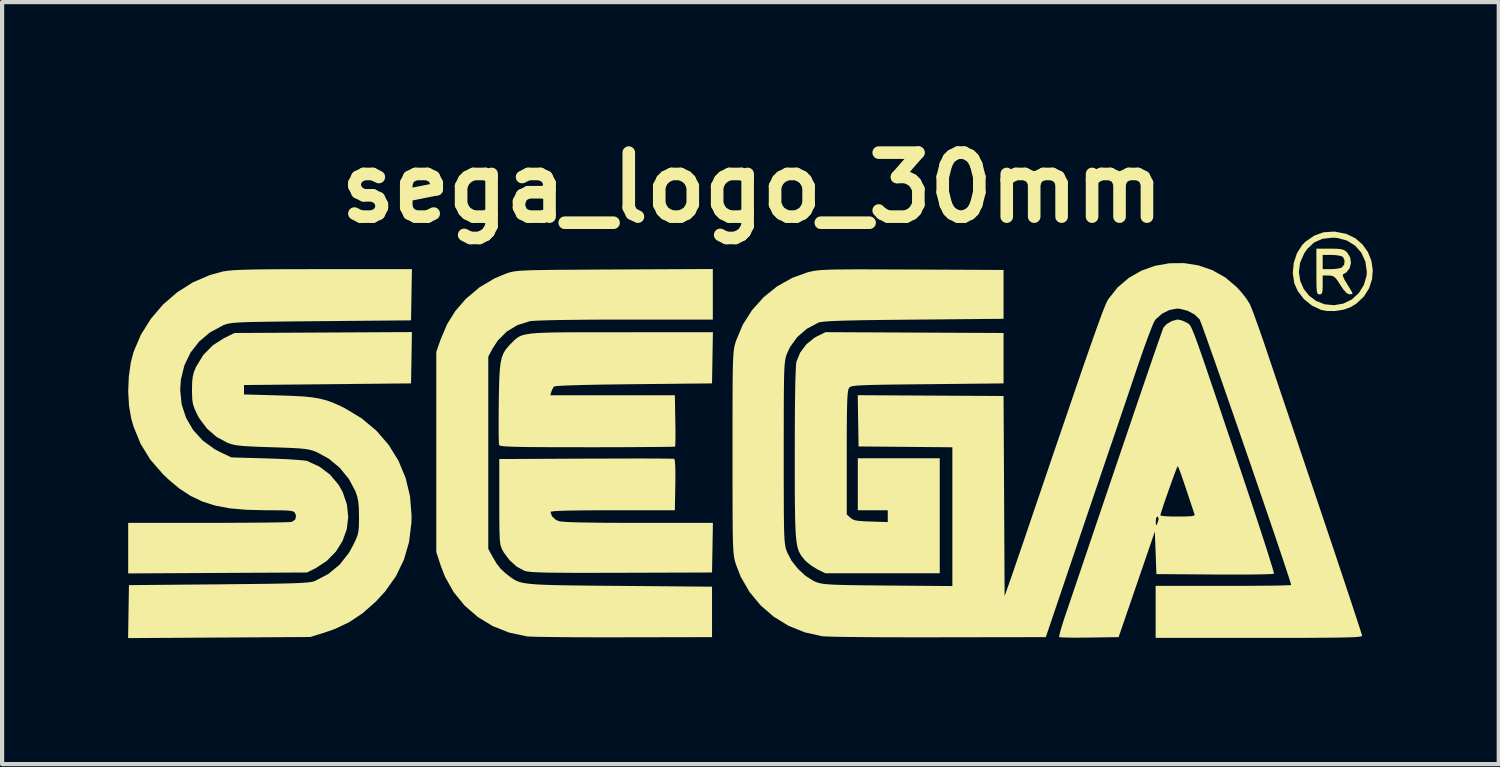
<source format=kicad_pcb>
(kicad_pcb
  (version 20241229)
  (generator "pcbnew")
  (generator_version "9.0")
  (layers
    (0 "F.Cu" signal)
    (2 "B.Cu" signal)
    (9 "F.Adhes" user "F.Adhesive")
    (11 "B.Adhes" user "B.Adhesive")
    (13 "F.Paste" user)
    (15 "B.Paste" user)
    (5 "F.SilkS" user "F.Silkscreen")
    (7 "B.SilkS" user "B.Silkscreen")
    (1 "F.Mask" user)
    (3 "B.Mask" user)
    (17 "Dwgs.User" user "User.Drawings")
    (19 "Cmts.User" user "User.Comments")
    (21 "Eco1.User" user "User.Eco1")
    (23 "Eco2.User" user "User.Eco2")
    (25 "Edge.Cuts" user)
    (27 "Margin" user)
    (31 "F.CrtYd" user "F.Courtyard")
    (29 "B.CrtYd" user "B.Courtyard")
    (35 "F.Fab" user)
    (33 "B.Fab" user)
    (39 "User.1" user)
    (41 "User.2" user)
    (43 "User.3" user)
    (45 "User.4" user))
  (footprint "sega_logo_30mm"
    (layer "F.Cu")
    (at 14.859 7.26)
    (property "Reference" "sega_logo_30mm" (at 0 -5.842 0) (layer "F.SilkS") (effects (font (size 1.524 1.524) (thickness 0.3))))
    (attr board_only exclude_from_pos_files exclude_from_bom)
    (fp_poly (pts (xy 13.885 -4.793) (xy 14.141 -4.743) (xy 14.357 -4.639) (xy 14.53 -4.49) (xy 14.659 -4.308) (xy 14.741 -4.103) (xy 14.774 -3.884) (xy 14.757 -3.662) (xy 14.687 -3.447) (xy 14.563 -3.25) (xy 14.382 -3.08) (xy 14.241 -2.994) (xy 14.077 -2.937) (xy 13.878 -2.906) (xy 13.681 -2.906) (xy 13.55 -2.93) (xy 13.331 -3.031) (xy 13.138 -3.186) (xy 12.989 -3.378) (xy 12.905 -3.567) (xy 12.87 -3.808) (xy 12.872 -3.833) (xy 13.015 -3.833) (xy 13.047 -3.622) (xy 13.131 -3.43) (xy 13.261 -3.267) (xy 13.429 -3.143) (xy 13.629 -3.065) (xy 13.853 -3.044) (xy 14.072 -3.082) (xy 14.275 -3.18) (xy 14.442 -3.333) (xy 14.563 -3.527) (xy 14.626 -3.745) (xy 14.632 -3.84) (xy 14.598 -4.083) (xy 14.502 -4.294) (xy 14.351 -4.464) (xy 14.156 -4.584) (xy 13.923 -4.646) (xy 13.814 -4.652) (xy 13.575 -4.624) (xy 13.378 -4.537) (xy 13.217 -4.386) (xy 13.141 -4.276) (xy 13.044 -4.054) (xy 13.015 -3.833) (xy 12.872 -3.833) (xy 12.893 -4.052) (xy 12.969 -4.282) (xy 13.093 -4.477) (xy 13.173 -4.557) (xy 13.383 -4.701) (xy 13.599 -4.779) (xy 13.841 -4.796)) (stroke (width 0) (type solid)) (fill yes) (layer "F.SilkS"))
    (fp_poly (pts (xy 13.912 -4.388) (xy 14.017 -4.379) (xy 14.086 -4.358) (xy 14.139 -4.322) (xy 14.165 -4.298) (xy 14.237 -4.181) (xy 14.255 -4.048) (xy 14.222 -3.921) (xy 14.142 -3.822) (xy 14.07 -3.783) (xy 14.059 -3.746) (xy 14.098 -3.656) (xy 14.159 -3.555) (xy 14.227 -3.445) (xy 14.276 -3.361) (xy 14.295 -3.322) (xy 14.263 -3.306) (xy 14.218 -3.302) (xy 14.152 -3.332) (xy 14.069 -3.425) (xy 14.003 -3.525) (xy 13.926 -3.643) (xy 13.868 -3.71) (xy 13.812 -3.741) (xy 13.74 -3.75) (xy 13.722 -3.75) (xy 13.582 -3.752) (xy 13.582 -3.527) (xy 13.579 -3.401) (xy 13.567 -3.333) (xy 13.54 -3.306) (xy 13.507 -3.302) (xy 13.477 -3.305) (xy 13.457 -3.324) (xy 13.444 -3.37) (xy 13.436 -3.453) (xy 13.433 -3.585) (xy 13.432 -3.778) (xy 13.432 -3.846) (xy 13.432 -3.902) (xy 13.582 -3.902) (xy 13.772 -3.902) (xy 13.898 -3.909) (xy 14.002 -3.928) (xy 14.034 -3.941) (xy 14.092 -4.008) (xy 14.104 -4.103) (xy 14.067 -4.19) (xy 14.062 -4.195) (xy 14.002 -4.219) (xy 13.894 -4.236) (xy 13.799 -4.24) (xy 13.582 -4.24) (xy 13.582 -3.902) (xy 13.432 -3.902) (xy 13.432 -4.39) (xy 13.752 -4.39)) (stroke (width 0) (type solid)) (fill yes) (layer "F.SilkS"))
    (fp_poly (pts (xy -2.571 0.606) (xy -2.315 0.607) (xy -2.109 0.608) (xy -1.96 0.61) (xy -1.875 0.612) (xy -1.857 0.614) (xy -1.843 0.657) (xy -1.833 0.769) (xy -1.829 0.943) (xy -1.83 1.175) (xy -1.831 1.233) (xy -1.842 1.838) (xy -3.322 1.838) (xy -3.741 1.839) (xy -4.088 1.842) (xy -4.363 1.846) (xy -4.57 1.852) (xy -4.71 1.86) (xy -4.786 1.87) (xy -4.802 1.878) (xy -4.768 1.981) (xy -4.676 2.066) (xy -4.61 2.097) (xy -4.54 2.108) (xy -4.401 2.118) (xy -4.192 2.126) (xy -3.911 2.131) (xy -3.558 2.136) (xy -3.132 2.138) (xy -2.714 2.139) (xy -0.936 2.139) (xy -0.946 2.729) (xy -0.957 3.32) (xy -3.114 3.327) (xy -3.583 3.328) (xy -3.983 3.329) (xy -4.32 3.328) (xy -4.599 3.326) (xy -4.827 3.324) (xy -5.009 3.319) (xy -5.15 3.314) (xy -5.258 3.307) (xy -5.337 3.298) (xy -5.394 3.288) (xy -5.427 3.278) (xy -5.604 3.183) (xy -5.773 3.032) (xy -5.912 2.847) (xy -5.938 2.802) (xy -5.963 2.753) (xy -5.982 2.702) (xy -5.997 2.641) (xy -6.007 2.56) (xy -6.014 2.448) (xy -6.019 2.297) (xy -6.021 2.097) (xy -6.022 1.838) (xy -6.022 1.632) (xy -6.022 0.619) (xy -3.958 0.609) (xy -3.571 0.608) (xy -3.206 0.607) (xy -2.871 0.606)) (stroke (width 0) (type solid)) (fill yes) (layer "F.SilkS"))
    (fp_poly (pts (xy 3.865 -2.392) (xy 5.984 -2.382) (xy 5.984 -1.182) (xy 4.171 -1.163) (xy 3.755 -1.159) (xy 3.407 -1.155) (xy 3.122 -1.151) (xy 2.893 -1.146) (xy 2.713 -1.141) (xy 2.576 -1.135) (xy 2.476 -1.128) (xy 2.405 -1.119) (xy 2.359 -1.109) (xy 2.33 -1.096) (xy 2.312 -1.081) (xy 2.304 -1.071) (xy 2.29 -1.041) (xy 2.279 -0.987) (xy 2.27 -0.902) (xy 2.263 -0.78) (xy 2.258 -0.615) (xy 2.254 -0.399) (xy 2.252 -0.125) (xy 2.251 0.212) (xy 2.251 0.47) (xy 2.251 1.938) (xy 2.336 2.016) (xy 2.384 2.052) (xy 2.447 2.077) (xy 2.542 2.092) (xy 2.684 2.102) (xy 2.823 2.107) (xy 3.227 2.12) (xy 3.227 1.838) (xy 2.514 1.838) (xy 2.514 0.6) (xy 4.465 0.6) (xy 4.465 3.339) (xy 1.741 3.339) (xy 1.546 3.242) (xy 1.412 3.16) (xy 1.288 3.061) (xy 1.237 3.007) (xy 1.191 2.95) (xy 1.151 2.893) (xy 1.118 2.832) (xy 1.09 2.76) (xy 1.068 2.671) (xy 1.051 2.557) (xy 1.037 2.414) (xy 1.028 2.235) (xy 1.021 2.013) (xy 1.017 1.743) (xy 1.014 1.417) (xy 1.013 1.031) (xy 1.013 0.576) (xy 1.013 0.479) (xy 1.014 -0.021) (xy 1.016 -0.461) (xy 1.02 -0.838) (xy 1.025 -1.151) (xy 1.032 -1.398) (xy 1.04 -1.575) (xy 1.049 -1.68) (xy 1.053 -1.7) (xy 1.143 -1.918) (xy 1.291 -2.114) (xy 1.479 -2.267) (xy 1.546 -2.304) (xy 1.747 -2.402)) (stroke (width 0) (type solid)) (fill yes) (layer "F.SilkS"))
    (fp_poly (pts (xy -0.957 -1.182) (xy -2.821 -1.163) (xy -3.269 -1.158) (xy -3.664 -1.152) (xy -4.001 -1.145) (xy -4.277 -1.137) (xy -4.49 -1.129) (xy -4.636 -1.12) (xy -4.711 -1.111) (xy -4.721 -1.107) (xy -4.76 -1.042) (xy -4.782 -0.985) (xy -4.807 -0.9) (xy -1.842 -0.9) (xy -1.831 -0.297) (xy -1.828 -0.092) (xy -1.827 0.085) (xy -1.829 0.221) (xy -1.832 0.303) (xy -1.835 0.322) (xy -1.875 0.325) (xy -1.982 0.328) (xy -2.151 0.33) (xy -2.375 0.332) (xy -2.646 0.334) (xy -2.958 0.336) (xy -3.305 0.337) (xy -3.678 0.338) (xy -3.928 0.338) (xy -4.384 0.337) (xy -4.77 0.337) (xy -5.092 0.335) (xy -5.355 0.333) (xy -5.566 0.329) (xy -5.729 0.325) (xy -5.85 0.319) (xy -5.935 0.312) (xy -5.989 0.303) (xy -6.018 0.293) (xy -6.026 0.284) (xy -6.031 0.234) (xy -6.035 0.118) (xy -6.037 -0.05) (xy -6.037 -0.262) (xy -6.036 -0.505) (xy -6.034 -0.719) (xy -6.029 -1.045) (xy -6.021 -1.306) (xy -6.009 -1.511) (xy -5.99 -1.672) (xy -5.962 -1.798) (xy -5.923 -1.899) (xy -5.871 -1.985) (xy -5.804 -2.066) (xy -5.738 -2.135) (xy -5.685 -2.189) (xy -5.636 -2.235) (xy -5.587 -2.273) (xy -5.53 -2.306) (xy -5.461 -2.332) (xy -5.372 -2.352) (xy -5.258 -2.369) (xy -5.112 -2.381) (xy -4.93 -2.389) (xy -4.704 -2.395) (xy -4.428 -2.398) (xy -4.097 -2.4) (xy -3.705 -2.4) (xy -3.245 -2.4) (xy -3.122 -2.4) (xy -0.936 -2.401)) (stroke (width 0) (type solid)) (fill yes) (layer "F.SilkS"))
    (fp_poly (pts (xy -0.938 -2.701) (xy -3.015 -2.701) (xy -3.471 -2.701) (xy -3.89 -2.699) (xy -4.264 -2.695) (xy -4.59 -2.691) (xy -4.861 -2.685) (xy -5.073 -2.678) (xy -5.22 -2.671) (xy -5.293 -2.663) (xy -5.588 -2.571) (xy -5.846 -2.415) (xy -6.059 -2.2) (xy -6.184 -2.007) (xy -6.284 -1.82) (xy -6.284 2.758) (xy -6.182 2.945) (xy -6.086 3.108) (xy -5.993 3.228) (xy -5.879 3.334) (xy -5.813 3.386) (xy -5.751 3.433) (xy -5.693 3.474) (xy -5.635 3.508) (xy -5.57 3.536) (xy -5.491 3.559) (xy -5.393 3.578) (xy -5.27 3.593) (xy -5.114 3.605) (xy -4.921 3.614) (xy -4.683 3.621) (xy -4.396 3.626) (xy -4.052 3.631) (xy -3.645 3.635) (xy -3.17 3.639) (xy -3.152 3.639) (xy -0.957 3.658) (xy -0.957 4.859) (xy -3.058 4.863) (xy -3.455 4.864) (xy -3.835 4.863) (xy -4.191 4.862) (xy -4.514 4.859) (xy -4.797 4.856) (xy -5.033 4.853) (xy -5.213 4.849) (xy -5.331 4.844) (xy -5.368 4.841) (xy -5.79 4.75) (xy -6.181 4.595) (xy -6.535 4.379) (xy -6.846 4.109) (xy -7.107 3.789) (xy -7.313 3.423) (xy -7.414 3.163) (xy -7.522 2.833) (xy -7.522 -1.932) (xy -7.417 -2.232) (xy -7.264 -2.591) (xy -7.071 -2.902) (xy -6.826 -3.186) (xy -6.812 -3.2) (xy -6.492 -3.47) (xy -6.131 -3.684) (xy -5.853 -3.8) (xy -5.802 -3.816) (xy -5.751 -3.831) (xy -5.695 -3.843) (xy -5.627 -3.854) (xy -5.541 -3.862) (xy -5.432 -3.869) (xy -5.293 -3.875) (xy -5.118 -3.879) (xy -4.901 -3.883) (xy -4.636 -3.886) (xy -4.317 -3.888) (xy -3.938 -3.89) (xy -3.492 -3.893) (xy -3.273 -3.894) (xy -0.938 -3.905)) (stroke (width 0) (type solid)) (fill yes) (layer "F.SilkS"))
    (fp_poly (pts (xy -8.112 -1.793) (xy -8.123 -1.182) (xy -12.1 -1.144) (xy -12.1 -0.919) (xy -11.274 -0.896) (xy -10.951 -0.885) (xy -10.689 -0.871) (xy -10.473 -0.849) (xy -10.291 -0.818) (xy -10.127 -0.775) (xy -9.968 -0.717) (xy -9.8 -0.641) (xy -9.699 -0.591) (xy -9.297 -0.349) (xy -8.948 -0.056) (xy -8.655 0.282) (xy -8.422 0.659) (xy -8.251 1.071) (xy -8.146 1.511) (xy -8.11 1.974) (xy -8.114 2.137) (xy -8.17 2.593) (xy -8.292 3.015) (xy -8.481 3.407) (xy -8.74 3.772) (xy -8.963 4.014) (xy -9.275 4.29) (xy -9.596 4.504) (xy -9.946 4.669) (xy -10.186 4.752) (xy -10.524 4.856) (xy -12.692 4.869) (xy -14.859 4.882) (xy -14.839 3.621) (xy -12.7 3.602) (xy -12.238 3.597) (xy -11.845 3.593) (xy -11.515 3.589) (xy -11.242 3.584) (xy -11.02 3.579) (xy -10.843 3.573) (xy -10.705 3.566) (xy -10.599 3.558) (xy -10.52 3.549) (xy -10.461 3.538) (xy -10.418 3.525) (xy -10.406 3.52) (xy -10.09 3.354) (xy -9.821 3.131) (xy -9.601 2.851) (xy -9.498 2.664) (xy -9.436 2.533) (xy -9.396 2.43) (xy -9.374 2.33) (xy -9.364 2.211) (xy -9.362 2.048) (xy -9.362 1.988) (xy -9.366 1.785) (xy -9.379 1.632) (xy -9.405 1.508) (xy -9.446 1.39) (xy -9.446 1.388) (xy -9.603 1.094) (xy -9.817 0.831) (xy -10.076 0.614) (xy -10.366 0.455) (xy -10.393 0.444) (xy -10.469 0.416) (xy -10.551 0.395) (xy -10.65 0.379) (xy -10.777 0.366) (xy -10.945 0.356) (xy -11.164 0.347) (xy -11.443 0.338) (xy -11.726 0.329) (xy -11.945 0.319) (xy -12.112 0.309) (xy -12.239 0.296) (xy -12.338 0.28) (xy -12.42 0.258) (xy -12.494 0.232) (xy -12.752 0.093) (xy -12.981 -0.106) (xy -13.164 -0.349) (xy -13.214 -0.442) (xy -13.275 -0.573) (xy -13.312 -0.68) (xy -13.331 -0.793) (xy -13.337 -0.939) (xy -13.338 -1.031) (xy -13.334 -1.211) (xy -13.32 -1.343) (xy -13.291 -1.455) (xy -13.242 -1.574) (xy -13.238 -1.582) (xy -13.067 -1.861) (xy -12.841 -2.09) (xy -12.574 -2.26) (xy -12.327 -2.382) (xy -10.214 -2.393) (xy -8.102 -2.404)) (stroke (width 0) (type solid)) (fill yes) (layer "F.SilkS"))
    (fp_poly (pts (xy -8.123 -2.683) (xy -10.261 -2.664) (xy -10.716 -2.66) (xy -11.103 -2.656) (xy -11.426 -2.652) (xy -11.694 -2.648) (xy -11.912 -2.644) (xy -12.086 -2.639) (xy -12.223 -2.632) (xy -12.328 -2.625) (xy -12.409 -2.616) (xy -12.471 -2.605) (xy -12.522 -2.592) (xy -12.566 -2.577) (xy -12.596 -2.565) (xy -12.906 -2.399) (xy -13.166 -2.18) (xy -13.372 -1.916) (xy -13.519 -1.613) (xy -13.602 -1.278) (xy -13.619 -1.027) (xy -13.584 -0.682) (xy -13.479 -0.361) (xy -13.311 -0.073) (xy -13.083 0.178) (xy -12.799 0.384) (xy -12.65 0.462) (xy -12.4 0.58) (xy -11.556 0.604) (xy -11.305 0.613) (xy -11.073 0.623) (xy -10.873 0.636) (xy -10.718 0.648) (xy -10.619 0.66) (xy -10.598 0.665) (xy -10.303 0.8) (xy -10.049 0.992) (xy -9.846 1.235) (xy -9.751 1.403) (xy -9.65 1.698) (xy -9.618 1.998) (xy -9.654 2.292) (xy -9.754 2.57) (xy -9.913 2.824) (xy -10.129 3.044) (xy -10.399 3.221) (xy -10.42 3.231) (xy -10.599 3.32) (xy -12.728 3.331) (xy -14.857 3.342) (xy -14.857 2.139) (xy -12.953 2.138) (xy -12.58 2.138) (xy -12.228 2.136) (xy -11.904 2.134) (xy -11.616 2.132) (xy -11.372 2.128) (xy -11.178 2.125) (xy -11.043 2.121) (xy -10.973 2.117) (xy -10.967 2.116) (xy -10.882 2.063) (xy -10.86 1.977) (xy -10.882 1.911) (xy -10.9 1.885) (xy -10.932 1.866) (xy -10.986 1.853) (xy -11.075 1.845) (xy -11.209 1.84) (xy -11.398 1.839) (xy -11.591 1.838) (xy -12.046 1.827) (xy -12.441 1.792) (xy -12.786 1.727) (xy -13.094 1.629) (xy -13.375 1.495) (xy -13.641 1.32) (xy -13.904 1.099) (xy -14.033 0.975) (xy -14.33 0.633) (xy -14.561 0.258) (xy -14.73 -0.156) (xy -14.783 -0.338) (xy -14.837 -0.646) (xy -14.857 -0.99) (xy -14.842 -1.344) (xy -14.795 -1.679) (xy -14.729 -1.932) (xy -14.553 -2.344) (xy -14.316 -2.722) (xy -14.027 -3.06) (xy -13.692 -3.35) (xy -13.32 -3.586) (xy -12.918 -3.76) (xy -12.61 -3.845) (xy -12.539 -3.857) (xy -12.451 -3.868) (xy -12.34 -3.877) (xy -12.2 -3.884) (xy -12.024 -3.89) (xy -11.807 -3.895) (xy -11.542 -3.898) (xy -11.223 -3.9) (xy -10.844 -3.901) (xy -10.398 -3.902) (xy -10.22 -3.902) (xy -8.102 -3.902)) (stroke (width 0) (type solid)) (fill yes) (layer "F.SilkS"))
    (fp_poly (pts (xy 10.228 -2.682) (xy 10.333 -2.635) (xy 10.34 -2.63) (xy 10.362 -2.618) (xy 10.381 -2.607) (xy 10.399 -2.593) (xy 10.418 -2.572) (xy 10.439 -2.54) (xy 10.463 -2.491) (xy 10.493 -2.422) (xy 10.531 -2.329) (xy 10.576 -2.207) (xy 10.632 -2.051) (xy 10.7 -1.858) (xy 10.781 -1.624) (xy 10.876 -1.343) (xy 10.989 -1.011) (xy 11.119 -0.625) (xy 11.269 -0.18) (xy 11.441 0.329) (xy 11.589 0.769) (xy 11.73 1.189) (xy 11.863 1.588) (xy 11.986 1.96) (xy 12.098 2.3) (xy 12.196 2.603) (xy 12.279 2.862) (xy 12.344 3.072) (xy 12.391 3.226) (xy 12.417 3.321) (xy 12.422 3.349) (xy 12.379 3.355) (xy 12.271 3.36) (xy 12.104 3.365) (xy 11.887 3.368) (xy 11.629 3.369) (xy 11.339 3.369) (xy 11.024 3.368) (xy 11.009 3.368) (xy 9.623 3.358) (xy 9.605 2.851) (xy 9.586 2.345) (xy 9.348 3.039) (xy 9.256 3.306) (xy 9.156 3.598) (xy 9.056 3.889) (xy 8.966 4.152) (xy 8.916 4.296) (xy 8.723 4.859) (xy 8.027 4.869) (xy 7.806 4.871) (xy 7.611 4.871) (xy 7.455 4.868) (xy 7.351 4.864) (xy 7.309 4.858) (xy 7.312 4.816) (xy 7.336 4.718) (xy 7.377 4.579) (xy 7.429 4.416) (xy 7.743 3.49) (xy 8.035 2.628) (xy 8.213 2.101) (xy 9.607 2.101) (xy 9.607 2.11) (xy 9.612 2.186) (xy 9.625 2.193) (xy 9.642 2.157) (xy 9.67 2.075) (xy 9.677 2.035) (xy 9.656 1.992) (xy 9.642 1.988) (xy 9.617 2.021) (xy 9.607 2.101) (xy 8.213 2.101) (xy 8.261 1.96) (xy 9.717 1.96) (xy 9.752 1.972) (xy 9.847 1.981) (xy 9.987 1.987) (xy 10.134 1.988) (xy 10.324 1.986) (xy 10.448 1.98) (xy 10.515 1.967) (xy 10.534 1.947) (xy 10.533 1.942) (xy 10.516 1.891) (xy 10.48 1.783) (xy 10.429 1.63) (xy 10.368 1.447) (xy 10.333 1.341) (xy 10.269 1.152) (xy 10.213 0.99) (xy 10.168 0.869) (xy 10.139 0.8) (xy 10.131 0.788) (xy 10.114 0.821) (xy 10.078 0.912) (xy 10.028 1.044) (xy 9.97 1.205) (xy 9.908 1.38) (xy 9.847 1.554) (xy 9.792 1.714) (xy 9.75 1.845) (xy 9.723 1.932) (xy 9.717 1.96) (xy 8.261 1.96) (xy 8.305 1.831) (xy 8.553 1.099) (xy 8.779 0.433) (xy 8.983 -0.166) (xy 9.164 -0.699) (xy 9.323 -1.164) (xy 9.459 -1.562) (xy 9.572 -1.891) (xy 9.662 -2.151) (xy 9.729 -2.342) (xy 9.772 -2.462) (xy 9.791 -2.512) (xy 9.792 -2.512) (xy 9.869 -2.596) (xy 9.987 -2.665) (xy 10.112 -2.7) (xy 10.138 -2.701)) (stroke (width 0) (type solid)) (fill yes) (layer "F.SilkS"))
    (fp_poly (pts (xy 10.622 -3.992) (xy 10.953 -3.879) (xy 11.261 -3.706) (xy 11.537 -3.473) (xy 11.655 -3.342) (xy 11.763 -3.203) (xy 11.839 -3.085) (xy 11.848 -3.067) (xy 11.883 -2.985) (xy 11.938 -2.843) (xy 12.007 -2.653) (xy 12.088 -2.425) (xy 12.176 -2.172) (xy 12.267 -1.906) (xy 12.333 -1.708) (xy 12.421 -1.448) (xy 12.527 -1.133) (xy 12.649 -0.771) (xy 12.785 -0.37) (xy 12.93 0.061) (xy 13.083 0.515) (xy 13.241 0.984) (xy 13.401 1.459) (xy 13.56 1.929) (xy 13.709 2.373) (xy 13.852 2.797) (xy 13.985 3.196) (xy 14.108 3.564) (xy 14.218 3.896) (xy 14.314 4.186) (xy 14.394 4.429) (xy 14.456 4.619) (xy 14.498 4.75) (xy 14.518 4.819) (xy 14.52 4.827) (xy 14.509 4.837) (xy 14.474 4.846) (xy 14.41 4.854) (xy 14.311 4.86) (xy 14.174 4.865) (xy 13.992 4.869) (xy 13.762 4.872) (xy 13.478 4.874) (xy 13.135 4.876) (xy 12.729 4.877) (xy 12.255 4.877) (xy 12.062 4.877) (xy 9.605 4.877) (xy 9.605 3.639) (xy 11.218 3.639) (xy 11.558 3.639) (xy 11.873 3.637) (xy 12.157 3.635) (xy 12.4 3.633) (xy 12.597 3.629) (xy 12.738 3.625) (xy 12.817 3.621) (xy 12.831 3.618) (xy 12.819 3.572) (xy 12.785 3.461) (xy 12.729 3.291) (xy 12.656 3.07) (xy 12.566 2.802) (xy 12.463 2.495) (xy 12.347 2.155) (xy 12.222 1.788) (xy 12.089 1.4) (xy 11.951 0.998) (xy 11.81 0.587) (xy 11.667 0.174) (xy 11.526 -0.234) (xy 11.388 -0.632) (xy 11.255 -1.014) (xy 11.13 -1.372) (xy 11.015 -1.701) (xy 10.911 -1.994) (xy 10.822 -2.246) (xy 10.749 -2.45) (xy 10.694 -2.599) (xy 10.659 -2.688) (xy 10.649 -2.71) (xy 10.529 -2.825) (xy 10.363 -2.912) (xy 10.18 -2.958) (xy 10.111 -2.963) (xy 9.934 -2.93) (xy 9.759 -2.843) (xy 9.615 -2.717) (xy 9.582 -2.673) (xy 9.548 -2.606) (xy 9.496 -2.478) (xy 9.428 -2.301) (xy 9.348 -2.083) (xy 9.261 -1.836) (xy 9.17 -1.57) (xy 9.162 -1.548) (xy 9.053 -1.224) (xy 8.932 -0.865) (xy 8.806 -0.494) (xy 8.685 -0.136) (xy 8.575 0.187) (xy 8.523 0.338) (xy 8.449 0.556) (xy 8.354 0.835) (xy 8.243 1.161) (xy 8.12 1.522) (xy 7.989 1.908) (xy 7.854 2.307) (xy 7.719 2.706) (xy 7.606 3.039) (xy 6.99 4.859) (xy 4.442 4.863) (xy 4.005 4.864) (xy 3.585 4.863) (xy 3.189 4.862) (xy 2.823 4.86) (xy 2.496 4.857) (xy 2.212 4.854) (xy 1.98 4.85) (xy 1.806 4.845) (xy 1.697 4.84) (xy 1.67 4.838) (xy 1.254 4.746) (xy 0.865 4.589) (xy 0.512 4.373) (xy 0.2 4.103) (xy -0.063 3.786) (xy -0.271 3.427) (xy -0.386 3.133) (xy -0.403 3.079) (xy -0.417 3.026) (xy -0.429 2.968) (xy -0.439 2.9) (xy -0.447 2.816) (xy -0.454 2.708) (xy -0.459 2.572) (xy -0.463 2.401) (xy -0.465 2.19) (xy -0.467 1.931) (xy -0.468 1.62) (xy -0.469 1.25) (xy -0.469 0.816) (xy -0.469 0.469) (xy -0.469 -0.015) (xy -0.469 -0.429) (xy -0.468 -0.781) (xy -0.467 -1.076) (xy -0.465 -1.319) (xy -0.462 -1.518) (xy -0.458 -1.678) (xy -0.452 -1.805) (xy -0.445 -1.905) (xy -0.436 -1.984) (xy -0.426 -2.048) (xy -0.413 -2.104) (xy -0.398 -2.156) (xy -0.386 -2.195) (xy -0.226 -2.577) (xy -0.004 -2.926) (xy 0.272 -3.234) (xy 0.594 -3.493) (xy 0.954 -3.695) (xy 1.315 -3.825) (xy 1.378 -3.841) (xy 1.44 -3.855) (xy 1.509 -3.867) (xy 1.589 -3.876) (xy 1.689 -3.883) (xy 1.814 -3.889) (xy 1.971 -3.893) (xy 2.166 -3.895) (xy 2.405 -3.897) (xy 2.696 -3.897) (xy 3.044 -3.896) (xy 3.456 -3.894) (xy 3.793 -3.893) (xy 5.984 -3.883) (xy 5.984 -2.72) (xy 3.846 -2.7) (xy 3.37 -2.696) (xy 2.963 -2.691) (xy 2.621 -2.686) (xy 2.338 -2.68) (xy 2.108 -2.674) (xy 1.927 -2.667) (xy 1.788 -2.659) (xy 1.687 -2.65) (xy 1.617 -2.64) (xy 1.576 -2.629) (xy 1.3 -2.482) (xy 1.071 -2.284) (xy 0.898 -2.044) (xy 0.826 -1.887) (xy 0.81 -1.841) (xy 0.796 -1.793) (xy 0.785 -1.737) (xy 0.776 -1.665) (xy 0.768 -1.571) (xy 0.762 -1.45) (xy 0.758 -1.295) (xy 0.755 -1.099) (xy 0.753 -0.857) (xy 0.751 -0.562) (xy 0.751 -0.208) (xy 0.75 0.211) (xy 0.75 0.469) (xy 0.75 0.925) (xy 0.751 1.313) (xy 0.752 1.639) (xy 0.753 1.908) (xy 0.756 2.127) (xy 0.759 2.303) (xy 0.764 2.442) (xy 0.77 2.55) (xy 0.779 2.633) (xy 0.789 2.698) (xy 0.801 2.751) (xy 0.816 2.798) (xy 0.832 2.84) (xy 0.936 3.04) (xy 1.09 3.234) (xy 1.272 3.402) (xy 1.464 3.523) (xy 1.519 3.547) (xy 1.572 3.565) (xy 1.631 3.58) (xy 1.704 3.592) (xy 1.799 3.601) (xy 1.924 3.609) (xy 2.087 3.615) (xy 2.294 3.62) (xy 2.553 3.624) (xy 2.873 3.627) (xy 3.236 3.631) (xy 4.765 3.643) (xy 4.765 0.339) (xy 3.649 0.329) (xy 2.532 0.319) (xy 2.522 -0.291) (xy 2.512 -0.901) (xy 5.984 -0.882) (xy 5.997 1.501) (xy 6.009 3.883) (xy 6.115 3.583) (xy 6.155 3.469) (xy 6.215 3.295) (xy 6.29 3.076) (xy 6.377 2.823) (xy 6.471 2.548) (xy 6.567 2.265) (xy 6.578 2.232) (xy 6.824 1.511) (xy 7.046 0.857) (xy 7.247 0.267) (xy 7.428 -0.262) (xy 7.589 -0.733) (xy 7.732 -1.151) (xy 7.858 -1.518) (xy 7.969 -1.837) (xy 8.065 -2.113) (xy 8.148 -2.348) (xy 8.219 -2.546) (xy 8.279 -2.711) (xy 8.329 -2.846) (xy 8.371 -2.953) (xy 8.405 -3.038) (xy 8.433 -3.102) (xy 8.457 -3.15) (xy 8.476 -3.184) (xy 8.479 -3.189) (xy 8.7 -3.468) (xy 8.966 -3.694) (xy 9.266 -3.866) (xy 9.591 -3.982) (xy 9.932 -4.042) (xy 10.279 -4.046)) (stroke (width 0) (type solid)) (fill yes) (layer "F.SilkS")))
  (gr_rect
    (start -3 -3)
    (end 32.633 15.142)
    (stroke (width 0.1) (type default))
    (fill no)
    (layer "Edge.Cuts")))
</source>
